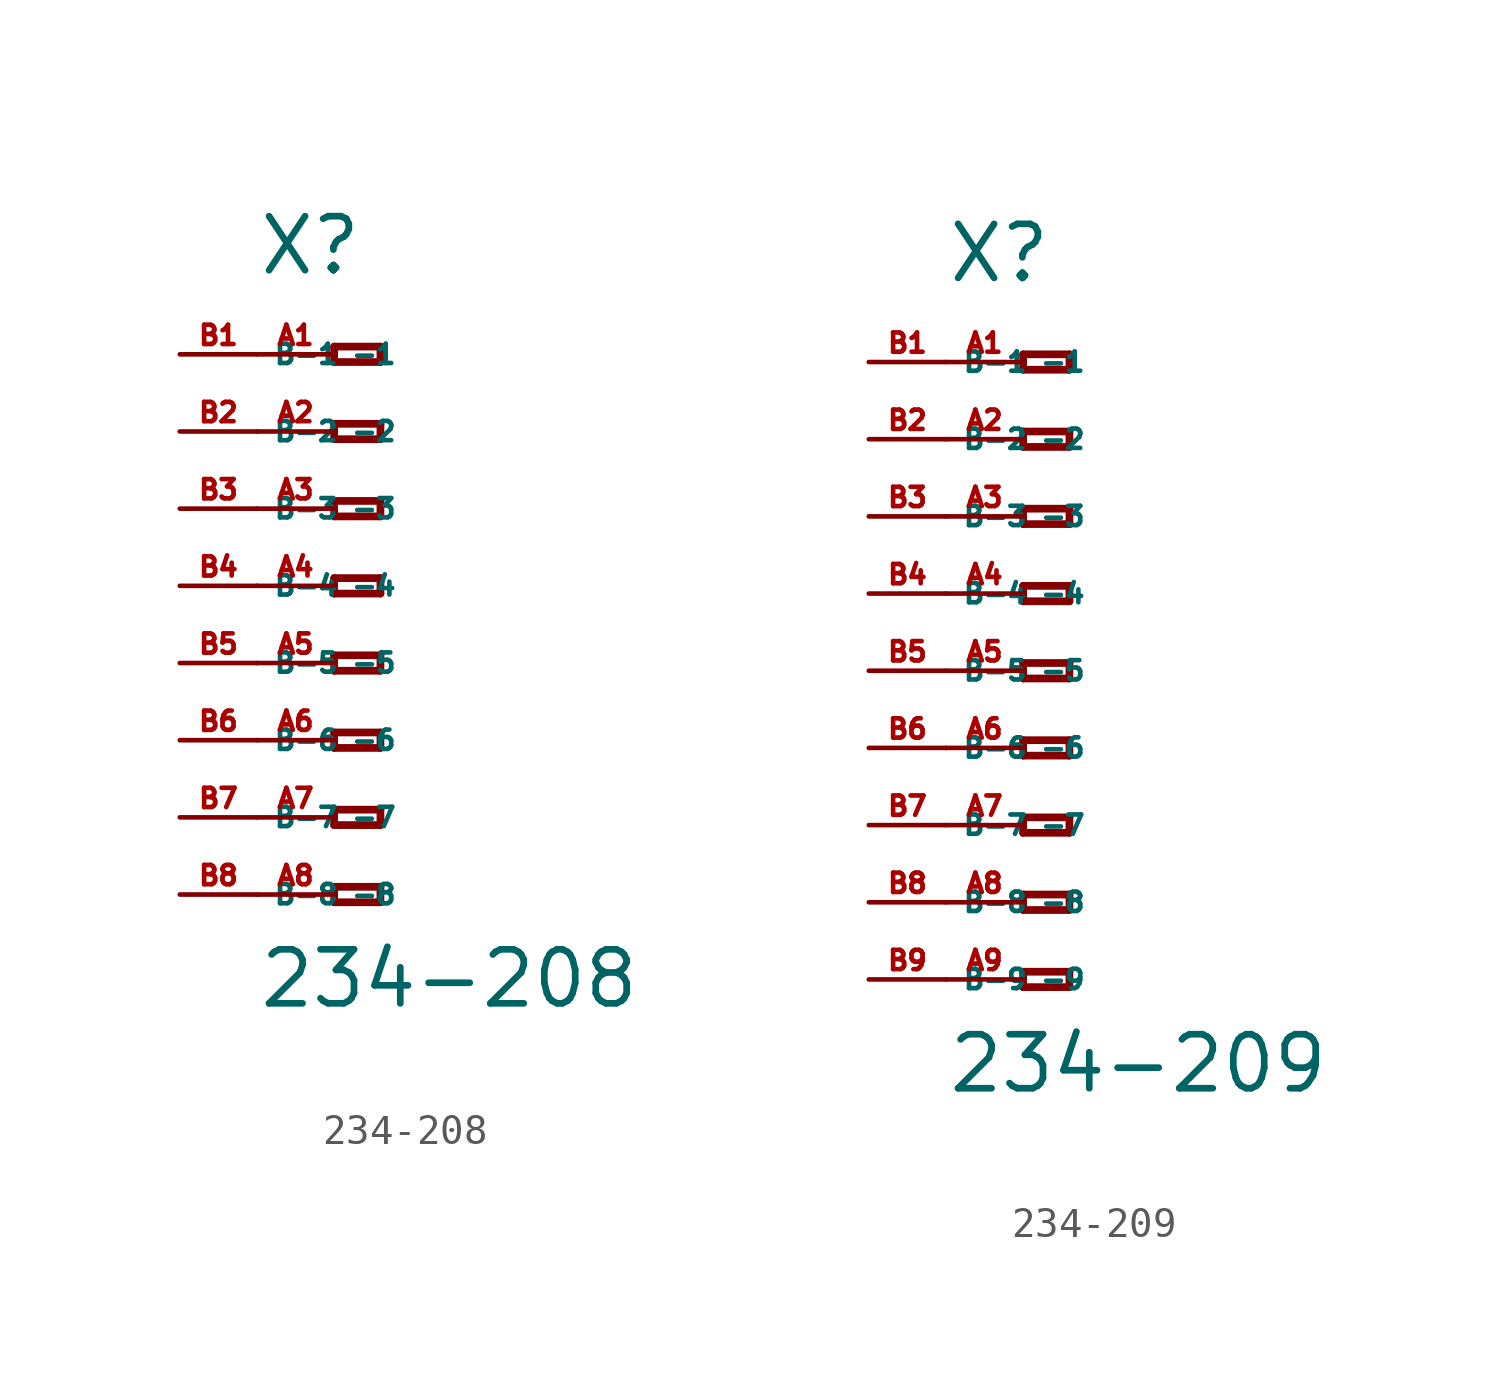
<source format=kicad_sym>
(kicad_symbol_lib
  (version 20220914)
  (generator Eagle2Kicad)
  (symbol "234-208"
    (property "Reference" "X"
      (at -5.08 10.16 0)
      (effects (font (size 1.778 1.778) (thickness 0.22)) (justify left bottom)))
    (property "Value" "234-208"
      (at -5.08 -13.97 0)
      (effects (font (size 1.778 1.778) (thickness 0.22)) (justify left bottom)))
    (polyline
      (pts (xy -2.54 7.874) (xy -2.54 7.366))
      (stroke (width 0.254) (type default))
      (fill (type none)))
    (polyline
      (pts (xy -2.54 7.366) (xy -1.016 7.366))
      (stroke (width 0.254) (type default))
      (fill (type none)))
    (polyline
      (pts (xy -1.016 7.366) (xy -1.016 7.874))
      (stroke (width 0.254) (type default))
      (fill (type none)))
    (polyline
      (pts (xy -1.016 7.874) (xy -2.54 7.874))
      (stroke (width 0.254) (type default))
      (fill (type none)))
    (polyline
      (pts (xy -2.54 5.334) (xy -2.54 4.826))
      (stroke (width 0.254) (type default))
      (fill (type none)))
    (polyline
      (pts (xy -2.54 4.826) (xy -1.016 4.826))
      (stroke (width 0.254) (type default))
      (fill (type none)))
    (polyline
      (pts (xy -1.016 4.826) (xy -1.016 5.334))
      (stroke (width 0.254) (type default))
      (fill (type none)))
    (polyline
      (pts (xy -1.016 5.334) (xy -2.54 5.334))
      (stroke (width 0.254) (type default))
      (fill (type none)))
    (polyline
      (pts (xy -2.54 2.794) (xy -2.54 2.286))
      (stroke (width 0.254) (type default))
      (fill (type none)))
    (polyline
      (pts (xy -2.54 2.286) (xy -1.016 2.286))
      (stroke (width 0.254) (type default))
      (fill (type none)))
    (polyline
      (pts (xy -1.016 2.286) (xy -1.016 2.794))
      (stroke (width 0.254) (type default))
      (fill (type none)))
    (polyline
      (pts (xy -1.016 2.794) (xy -2.54 2.794))
      (stroke (width 0.254) (type default))
      (fill (type none)))
    (polyline
      (pts (xy -2.54 0.254) (xy -2.54 -0.254))
      (stroke (width 0.254) (type default))
      (fill (type none)))
    (polyline
      (pts (xy -2.54 -0.254) (xy -1.016 -0.254))
      (stroke (width 0.254) (type default))
      (fill (type none)))
    (polyline
      (pts (xy -1.016 -0.254) (xy -1.016 0.254))
      (stroke (width 0.254) (type default))
      (fill (type none)))
    (polyline
      (pts (xy -1.016 0.254) (xy -2.54 0.254))
      (stroke (width 0.254) (type default))
      (fill (type none)))
    (polyline
      (pts (xy -2.54 -2.286) (xy -2.54 -2.794))
      (stroke (width 0.254) (type default))
      (fill (type none)))
    (polyline
      (pts (xy -2.54 -2.794) (xy -1.016 -2.794))
      (stroke (width 0.254) (type default))
      (fill (type none)))
    (polyline
      (pts (xy -1.016 -2.794) (xy -1.016 -2.286))
      (stroke (width 0.254) (type default))
      (fill (type none)))
    (polyline
      (pts (xy -1.016 -2.286) (xy -2.54 -2.286))
      (stroke (width 0.254) (type default))
      (fill (type none)))
    (polyline
      (pts (xy -2.54 -4.826) (xy -2.54 -5.334))
      (stroke (width 0.254) (type default))
      (fill (type none)))
    (polyline
      (pts (xy -2.54 -5.334) (xy -1.016 -5.334))
      (stroke (width 0.254) (type default))
      (fill (type none)))
    (polyline
      (pts (xy -1.016 -5.334) (xy -1.016 -4.826))
      (stroke (width 0.254) (type default))
      (fill (type none)))
    (polyline
      (pts (xy -1.016 -4.826) (xy -2.54 -4.826))
      (stroke (width 0.254) (type default))
      (fill (type none)))
    (polyline
      (pts (xy -2.54 -7.366) (xy -2.54 -7.874))
      (stroke (width 0.254) (type default))
      (fill (type none)))
    (polyline
      (pts (xy -2.54 -7.874) (xy -1.016 -7.874))
      (stroke (width 0.254) (type default))
      (fill (type none)))
    (polyline
      (pts (xy -1.016 -7.874) (xy -1.016 -7.366))
      (stroke (width 0.254) (type default))
      (fill (type none)))
    (polyline
      (pts (xy -1.016 -7.366) (xy -2.54 -7.366))
      (stroke (width 0.254) (type default))
      (fill (type none)))
    (polyline
      (pts (xy -2.54 -9.906) (xy -2.54 -10.414))
      (stroke (width 0.254) (type default))
      (fill (type none)))
    (polyline
      (pts (xy -2.54 -10.414) (xy -1.016 -10.414))
      (stroke (width 0.254) (type default))
      (fill (type none)))
    (polyline
      (pts (xy -1.016 -10.414) (xy -1.016 -9.906))
      (stroke (width 0.254) (type default))
      (fill (type none)))
    (polyline
      (pts (xy -1.016 -9.906) (xy -2.54 -9.906))
      (stroke (width 0.254) (type default))
      (fill (type none)))
    (pin passive line
      (at -5.08 7.62 0)
      (length 2.54)
      (name "-1" (effects (font (size 0.635 0.635) (thickness 0.08)) (justify left bottom)))
      (number "A1" (effects (font (size 0.635 0.635) (thickness 0.08)) (justify left bottom))))
    (pin passive line
      (at -5.08 5.08 0)
      (length 2.54)
      (name "-2" (effects (font (size 0.635 0.635) (thickness 0.08)) (justify left bottom)))
      (number "A2" (effects (font (size 0.635 0.635) (thickness 0.08)) (justify left bottom))))
    (pin passive line
      (at -5.08 2.54 0)
      (length 2.54)
      (name "-3" (effects (font (size 0.635 0.635) (thickness 0.08)) (justify left bottom)))
      (number "A3" (effects (font (size 0.635 0.635) (thickness 0.08)) (justify left bottom))))
    (pin passive line
      (at -5.08 0 0)
      (length 2.54)
      (name "-4" (effects (font (size 0.635 0.635) (thickness 0.08)) (justify left bottom)))
      (number "A4" (effects (font (size 0.635 0.635) (thickness 0.08)) (justify left bottom))))
    (pin passive line
      (at -5.08 -2.54 0)
      (length 2.54)
      (name "-5" (effects (font (size 0.635 0.635) (thickness 0.08)) (justify left bottom)))
      (number "A5" (effects (font (size 0.635 0.635) (thickness 0.08)) (justify left bottom))))
    (pin passive line
      (at -5.08 -5.08 0)
      (length 2.54)
      (name "-6" (effects (font (size 0.635 0.635) (thickness 0.08)) (justify left bottom)))
      (number "A6" (effects (font (size 0.635 0.635) (thickness 0.08)) (justify left bottom))))
    (pin passive line
      (at -5.08 -7.62 0)
      (length 2.54)
      (name "-7" (effects (font (size 0.635 0.635) (thickness 0.08)) (justify left bottom)))
      (number "A7" (effects (font (size 0.635 0.635) (thickness 0.08)) (justify left bottom))))
    (pin passive line
      (at -5.08 -10.16 0)
      (length 2.54)
      (name "-8" (effects (font (size 0.635 0.635) (thickness 0.08)) (justify left bottom)))
      (number "A8" (effects (font (size 0.635 0.635) (thickness 0.08)) (justify left bottom))))
    (pin passive line
      (at -7.62 -10.16 0)
      (length 2.54)
      (name "B-8" (effects (font (size 0.635 0.635) (thickness 0.08)) (justify left bottom)))
      (number "B8" (effects (font (size 0.635 0.635) (thickness 0.08)) (justify left bottom))))
    (pin passive line
      (at -7.62 7.62 0)
      (length 2.54)
      (name "B-1" (effects (font (size 0.635 0.635) (thickness 0.08)) (justify left bottom)))
      (number "B1" (effects (font (size 0.635 0.635) (thickness 0.08)) (justify left bottom))))
    (pin passive line
      (at -7.62 5.08 0)
      (length 2.54)
      (name "B-2" (effects (font (size 0.635 0.635) (thickness 0.08)) (justify left bottom)))
      (number "B2" (effects (font (size 0.635 0.635) (thickness 0.08)) (justify left bottom))))
    (pin passive line
      (at -7.62 2.54 0)
      (length 2.54)
      (name "B-3" (effects (font (size 0.635 0.635) (thickness 0.08)) (justify left bottom)))
      (number "B3" (effects (font (size 0.635 0.635) (thickness 0.08)) (justify left bottom))))
    (pin passive line
      (at -7.62 0 0)
      (length 2.54)
      (name "B-4" (effects (font (size 0.635 0.635) (thickness 0.08)) (justify left bottom)))
      (number "B4" (effects (font (size 0.635 0.635) (thickness 0.08)) (justify left bottom))))
    (pin passive line
      (at -7.62 -2.54 0)
      (length 2.54)
      (name "B-5" (effects (font (size 0.635 0.635) (thickness 0.08)) (justify left bottom)))
      (number "B5" (effects (font (size 0.635 0.635) (thickness 0.08)) (justify left bottom))))
    (pin passive line
      (at -7.62 -5.08 0)
      (length 2.54)
      (name "B-6" (effects (font (size 0.635 0.635) (thickness 0.08)) (justify left bottom)))
      (number "B6" (effects (font (size 0.635 0.635) (thickness 0.08)) (justify left bottom))))
    (pin passive line
      (at -7.62 -7.62 0)
      (length 2.54)
      (name "B-7" (effects (font (size 0.635 0.635) (thickness 0.08)) (justify left bottom)))
      (number "B7" (effects (font (size 0.635 0.635) (thickness 0.08)) (justify left bottom)))))
  (symbol "234-209"
    (property "Reference" "X"
      (at -5.08 12.7 0)
      (effects (font (size 1.778 1.778) (thickness 0.22)) (justify left bottom)))
    (property "Value" "234-209"
      (at -5.08 -13.97 0)
      (effects (font (size 1.778 1.778) (thickness 0.22)) (justify left bottom)))
    (polyline
      (pts (xy -2.54 10.414) (xy -2.54 9.906))
      (stroke (width 0.254) (type default))
      (fill (type none)))
    (polyline
      (pts (xy -2.54 9.906) (xy -1.016 9.906))
      (stroke (width 0.254) (type default))
      (fill (type none)))
    (polyline
      (pts (xy -1.016 9.906) (xy -1.016 10.414))
      (stroke (width 0.254) (type default))
      (fill (type none)))
    (polyline
      (pts (xy -1.016 10.414) (xy -2.54 10.414))
      (stroke (width 0.254) (type default))
      (fill (type none)))
    (polyline
      (pts (xy -2.54 7.874) (xy -2.54 7.366))
      (stroke (width 0.254) (type default))
      (fill (type none)))
    (polyline
      (pts (xy -2.54 7.366) (xy -1.016 7.366))
      (stroke (width 0.254) (type default))
      (fill (type none)))
    (polyline
      (pts (xy -1.016 7.366) (xy -1.016 7.874))
      (stroke (width 0.254) (type default))
      (fill (type none)))
    (polyline
      (pts (xy -1.016 7.874) (xy -2.54 7.874))
      (stroke (width 0.254) (type default))
      (fill (type none)))
    (polyline
      (pts (xy -2.54 5.334) (xy -2.54 4.826))
      (stroke (width 0.254) (type default))
      (fill (type none)))
    (polyline
      (pts (xy -2.54 4.826) (xy -1.016 4.826))
      (stroke (width 0.254) (type default))
      (fill (type none)))
    (polyline
      (pts (xy -1.016 4.826) (xy -1.016 5.334))
      (stroke (width 0.254) (type default))
      (fill (type none)))
    (polyline
      (pts (xy -1.016 5.334) (xy -2.54 5.334))
      (stroke (width 0.254) (type default))
      (fill (type none)))
    (polyline
      (pts (xy -2.54 2.794) (xy -2.54 2.286))
      (stroke (width 0.254) (type default))
      (fill (type none)))
    (polyline
      (pts (xy -2.54 2.286) (xy -1.016 2.286))
      (stroke (width 0.254) (type default))
      (fill (type none)))
    (polyline
      (pts (xy -1.016 2.286) (xy -1.016 2.794))
      (stroke (width 0.254) (type default))
      (fill (type none)))
    (polyline
      (pts (xy -1.016 2.794) (xy -2.54 2.794))
      (stroke (width 0.254) (type default))
      (fill (type none)))
    (polyline
      (pts (xy -2.54 0.254) (xy -2.54 -0.254))
      (stroke (width 0.254) (type default))
      (fill (type none)))
    (polyline
      (pts (xy -2.54 -0.254) (xy -1.016 -0.254))
      (stroke (width 0.254) (type default))
      (fill (type none)))
    (polyline
      (pts (xy -1.016 -0.254) (xy -1.016 0.254))
      (stroke (width 0.254) (type default))
      (fill (type none)))
    (polyline
      (pts (xy -1.016 0.254) (xy -2.54 0.254))
      (stroke (width 0.254) (type default))
      (fill (type none)))
    (polyline
      (pts (xy -2.54 -2.286) (xy -2.54 -2.794))
      (stroke (width 0.254) (type default))
      (fill (type none)))
    (polyline
      (pts (xy -2.54 -2.794) (xy -1.016 -2.794))
      (stroke (width 0.254) (type default))
      (fill (type none)))
    (polyline
      (pts (xy -1.016 -2.794) (xy -1.016 -2.286))
      (stroke (width 0.254) (type default))
      (fill (type none)))
    (polyline
      (pts (xy -1.016 -2.286) (xy -2.54 -2.286))
      (stroke (width 0.254) (type default))
      (fill (type none)))
    (polyline
      (pts (xy -2.54 -4.826) (xy -2.54 -5.334))
      (stroke (width 0.254) (type default))
      (fill (type none)))
    (polyline
      (pts (xy -2.54 -5.334) (xy -1.016 -5.334))
      (stroke (width 0.254) (type default))
      (fill (type none)))
    (polyline
      (pts (xy -1.016 -5.334) (xy -1.016 -4.826))
      (stroke (width 0.254) (type default))
      (fill (type none)))
    (polyline
      (pts (xy -1.016 -4.826) (xy -2.54 -4.826))
      (stroke (width 0.254) (type default))
      (fill (type none)))
    (polyline
      (pts (xy -2.54 -7.366) (xy -2.54 -7.874))
      (stroke (width 0.254) (type default))
      (fill (type none)))
    (polyline
      (pts (xy -2.54 -7.874) (xy -1.016 -7.874))
      (stroke (width 0.254) (type default))
      (fill (type none)))
    (polyline
      (pts (xy -1.016 -7.874) (xy -1.016 -7.366))
      (stroke (width 0.254) (type default))
      (fill (type none)))
    (polyline
      (pts (xy -1.016 -7.366) (xy -2.54 -7.366))
      (stroke (width 0.254) (type default))
      (fill (type none)))
    (polyline
      (pts (xy -2.54 -9.906) (xy -2.54 -10.414))
      (stroke (width 0.254) (type default))
      (fill (type none)))
    (polyline
      (pts (xy -2.54 -10.414) (xy -1.016 -10.414))
      (stroke (width 0.254) (type default))
      (fill (type none)))
    (polyline
      (pts (xy -1.016 -10.414) (xy -1.016 -9.906))
      (stroke (width 0.254) (type default))
      (fill (type none)))
    (polyline
      (pts (xy -1.016 -9.906) (xy -2.54 -9.906))
      (stroke (width 0.254) (type default))
      (fill (type none)))
    (pin passive line
      (at -5.08 10.16 0)
      (length 2.54)
      (name "-1" (effects (font (size 0.635 0.635) (thickness 0.08)) (justify left bottom)))
      (number "A1" (effects (font (size 0.635 0.635) (thickness 0.08)) (justify left bottom))))
    (pin passive line
      (at -5.08 7.62 0)
      (length 2.54)
      (name "-2" (effects (font (size 0.635 0.635) (thickness 0.08)) (justify left bottom)))
      (number "A2" (effects (font (size 0.635 0.635) (thickness 0.08)) (justify left bottom))))
    (pin passive line
      (at -5.08 5.08 0)
      (length 2.54)
      (name "-3" (effects (font (size 0.635 0.635) (thickness 0.08)) (justify left bottom)))
      (number "A3" (effects (font (size 0.635 0.635) (thickness 0.08)) (justify left bottom))))
    (pin passive line
      (at -5.08 2.54 0)
      (length 2.54)
      (name "-4" (effects (font (size 0.635 0.635) (thickness 0.08)) (justify left bottom)))
      (number "A4" (effects (font (size 0.635 0.635) (thickness 0.08)) (justify left bottom))))
    (pin passive line
      (at -5.08 0 0)
      (length 2.54)
      (name "-5" (effects (font (size 0.635 0.635) (thickness 0.08)) (justify left bottom)))
      (number "A5" (effects (font (size 0.635 0.635) (thickness 0.08)) (justify left bottom))))
    (pin passive line
      (at -5.08 -2.54 0)
      (length 2.54)
      (name "-6" (effects (font (size 0.635 0.635) (thickness 0.08)) (justify left bottom)))
      (number "A6" (effects (font (size 0.635 0.635) (thickness 0.08)) (justify left bottom))))
    (pin passive line
      (at -5.08 -5.08 0)
      (length 2.54)
      (name "-7" (effects (font (size 0.635 0.635) (thickness 0.08)) (justify left bottom)))
      (number "A7" (effects (font (size 0.635 0.635) (thickness 0.08)) (justify left bottom))))
    (pin passive line
      (at -5.08 -7.62 0)
      (length 2.54)
      (name "-8" (effects (font (size 0.635 0.635) (thickness 0.08)) (justify left bottom)))
      (number "A8" (effects (font (size 0.635 0.635) (thickness 0.08)) (justify left bottom))))
    (pin passive line
      (at -5.08 -10.16 0)
      (length 2.54)
      (name "-9" (effects (font (size 0.635 0.635) (thickness 0.08)) (justify left bottom)))
      (number "A9" (effects (font (size 0.635 0.635) (thickness 0.08)) (justify left bottom))))
    (pin passive line
      (at -7.62 -10.16 0)
      (length 2.54)
      (name "B-9" (effects (font (size 0.635 0.635) (thickness 0.08)) (justify left bottom)))
      (number "B9" (effects (font (size 0.635 0.635) (thickness 0.08)) (justify left bottom))))
    (pin passive line
      (at -7.62 10.16 0)
      (length 2.54)
      (name "B-1" (effects (font (size 0.635 0.635) (thickness 0.08)) (justify left bottom)))
      (number "B1" (effects (font (size 0.635 0.635) (thickness 0.08)) (justify left bottom))))
    (pin passive line
      (at -7.62 7.62 0)
      (length 2.54)
      (name "B-2" (effects (font (size 0.635 0.635) (thickness 0.08)) (justify left bottom)))
      (number "B2" (effects (font (size 0.635 0.635) (thickness 0.08)) (justify left bottom))))
    (pin passive line
      (at -7.62 5.08 0)
      (length 2.54)
      (name "B-3" (effects (font (size 0.635 0.635) (thickness 0.08)) (justify left bottom)))
      (number "B3" (effects (font (size 0.635 0.635) (thickness 0.08)) (justify left bottom))))
    (pin passive line
      (at -7.62 2.54 0)
      (length 2.54)
      (name "B-4" (effects (font (size 0.635 0.635) (thickness 0.08)) (justify left bottom)))
      (number "B4" (effects (font (size 0.635 0.635) (thickness 0.08)) (justify left bottom))))
    (pin passive line
      (at -7.62 0 0)
      (length 2.54)
      (name "B-5" (effects (font (size 0.635 0.635) (thickness 0.08)) (justify left bottom)))
      (number "B5" (effects (font (size 0.635 0.635) (thickness 0.08)) (justify left bottom))))
    (pin passive line
      (at -7.62 -2.54 0)
      (length 2.54)
      (name "B-6" (effects (font (size 0.635 0.635) (thickness 0.08)) (justify left bottom)))
      (number "B6" (effects (font (size 0.635 0.635) (thickness 0.08)) (justify left bottom))))
    (pin passive line
      (at -7.62 -5.08 0)
      (length 2.54)
      (name "B-7" (effects (font (size 0.635 0.635) (thickness 0.08)) (justify left bottom)))
      (number "B7" (effects (font (size 0.635 0.635) (thickness 0.08)) (justify left bottom))))
    (pin passive line
      (at -7.62 -7.62 0)
      (length 2.54)
      (name "B-8" (effects (font (size 0.635 0.635) (thickness 0.08)) (justify left bottom)))
      (number "B8" (effects (font (size 0.635 0.635) (thickness 0.08)) (justify left bottom))))))
</source>
